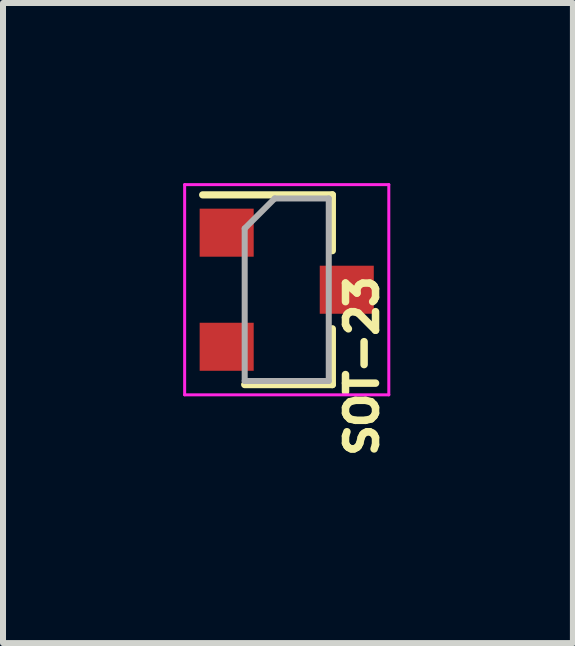
<source format=kicad_pcb>
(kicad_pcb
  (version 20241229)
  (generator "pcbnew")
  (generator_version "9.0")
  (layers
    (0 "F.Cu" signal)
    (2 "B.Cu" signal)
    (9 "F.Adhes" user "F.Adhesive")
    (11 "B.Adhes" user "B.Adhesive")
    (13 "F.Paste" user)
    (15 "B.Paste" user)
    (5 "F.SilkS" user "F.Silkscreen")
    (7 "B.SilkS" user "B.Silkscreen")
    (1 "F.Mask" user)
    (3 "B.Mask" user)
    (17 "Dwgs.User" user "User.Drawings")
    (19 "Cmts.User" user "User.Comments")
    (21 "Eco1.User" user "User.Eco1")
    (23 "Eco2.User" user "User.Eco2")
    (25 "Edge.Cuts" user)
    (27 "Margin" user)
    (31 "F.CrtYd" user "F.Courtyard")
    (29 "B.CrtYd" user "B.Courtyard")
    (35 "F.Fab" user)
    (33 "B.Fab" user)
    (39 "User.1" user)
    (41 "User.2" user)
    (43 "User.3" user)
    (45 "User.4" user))
  (footprint "SOT-23"
    (layer "F.Cu")
    (at 1.725 1.775)
    (property "Reference" "SOT-23" (at 1.254 1.27 90) (layer "F.SilkS") (effects (font (size 0.5 0.5) (thickness 0.125))))
    (attr smd)
    (fp_line (start 0.76 -1.58) (end -1.4 -1.58) (stroke (width 0.12) (type solid)) (layer "F.SilkS"))
    (fp_line (start 0.76 -1.58) (end 0.76 -0.65) (stroke (width 0.12) (type solid)) (layer "F.SilkS"))
    (fp_line (start 0.76 1.58) (end -0.7 1.58) (stroke (width 0.12) (type solid)) (layer "F.SilkS"))
    (fp_line (start 0.76 1.58) (end 0.76 0.65) (stroke (width 0.12) (type solid)) (layer "F.SilkS"))
    (fp_line (start -1.7 -1.75) (end 1.7 -1.75) (stroke (width 0.05) (type solid)) (layer "F.CrtYd"))
    (fp_line (start -1.7 1.75) (end -1.7 -1.75) (stroke (width 0.05) (type solid)) (layer "F.CrtYd"))
    (fp_line (start 1.7 -1.75) (end 1.7 1.75) (stroke (width 0.05) (type solid)) (layer "F.CrtYd"))
    (fp_line (start 1.7 1.75) (end -1.7 1.75) (stroke (width 0.05) (type solid)) (layer "F.CrtYd"))
    (fp_line (start -0.7 -1.02) (end -0.7 1.52) (stroke (width 0.1) (type solid)) (layer "F.Fab"))
    (fp_line (start -0.7 1.52) (end 0.7 1.52) (stroke (width 0.1) (type solid)) (layer "F.Fab"))
    (fp_line (start -0.2 -1.52) (end -0.7 -1.02) (stroke (width 0.1) (type solid)) (layer "F.Fab"))
    (fp_line (start -0.2 -1.52) (end 0.7 -1.52) (stroke (width 0.1) (type solid)) (layer "F.Fab"))
    (fp_line (start 0.7 -1.52) (end 0.7 1.52) (stroke (width 0.1) (type solid)) (layer "F.Fab"))
    (pad "1" smd rect (at 1 0) (size 0.9 0.8) (layers "F.Cu" "F.Mask" "F.Paste"))
    (pad "2" smd rect (at -1 -0.95) (size 0.9 0.8) (layers "F.Cu" "F.Mask" "F.Paste"))
    (pad "3" smd rect (at -1 0.95) (size 0.9 0.8) (layers "F.Cu" "F.Mask" "F.Paste")))
  (gr_rect
    (start -3 -3)
    (end 6.491 7.659)
    (stroke (width 0.1) (type default))
    (fill no)
    (layer "Edge.Cuts")))
</source>
